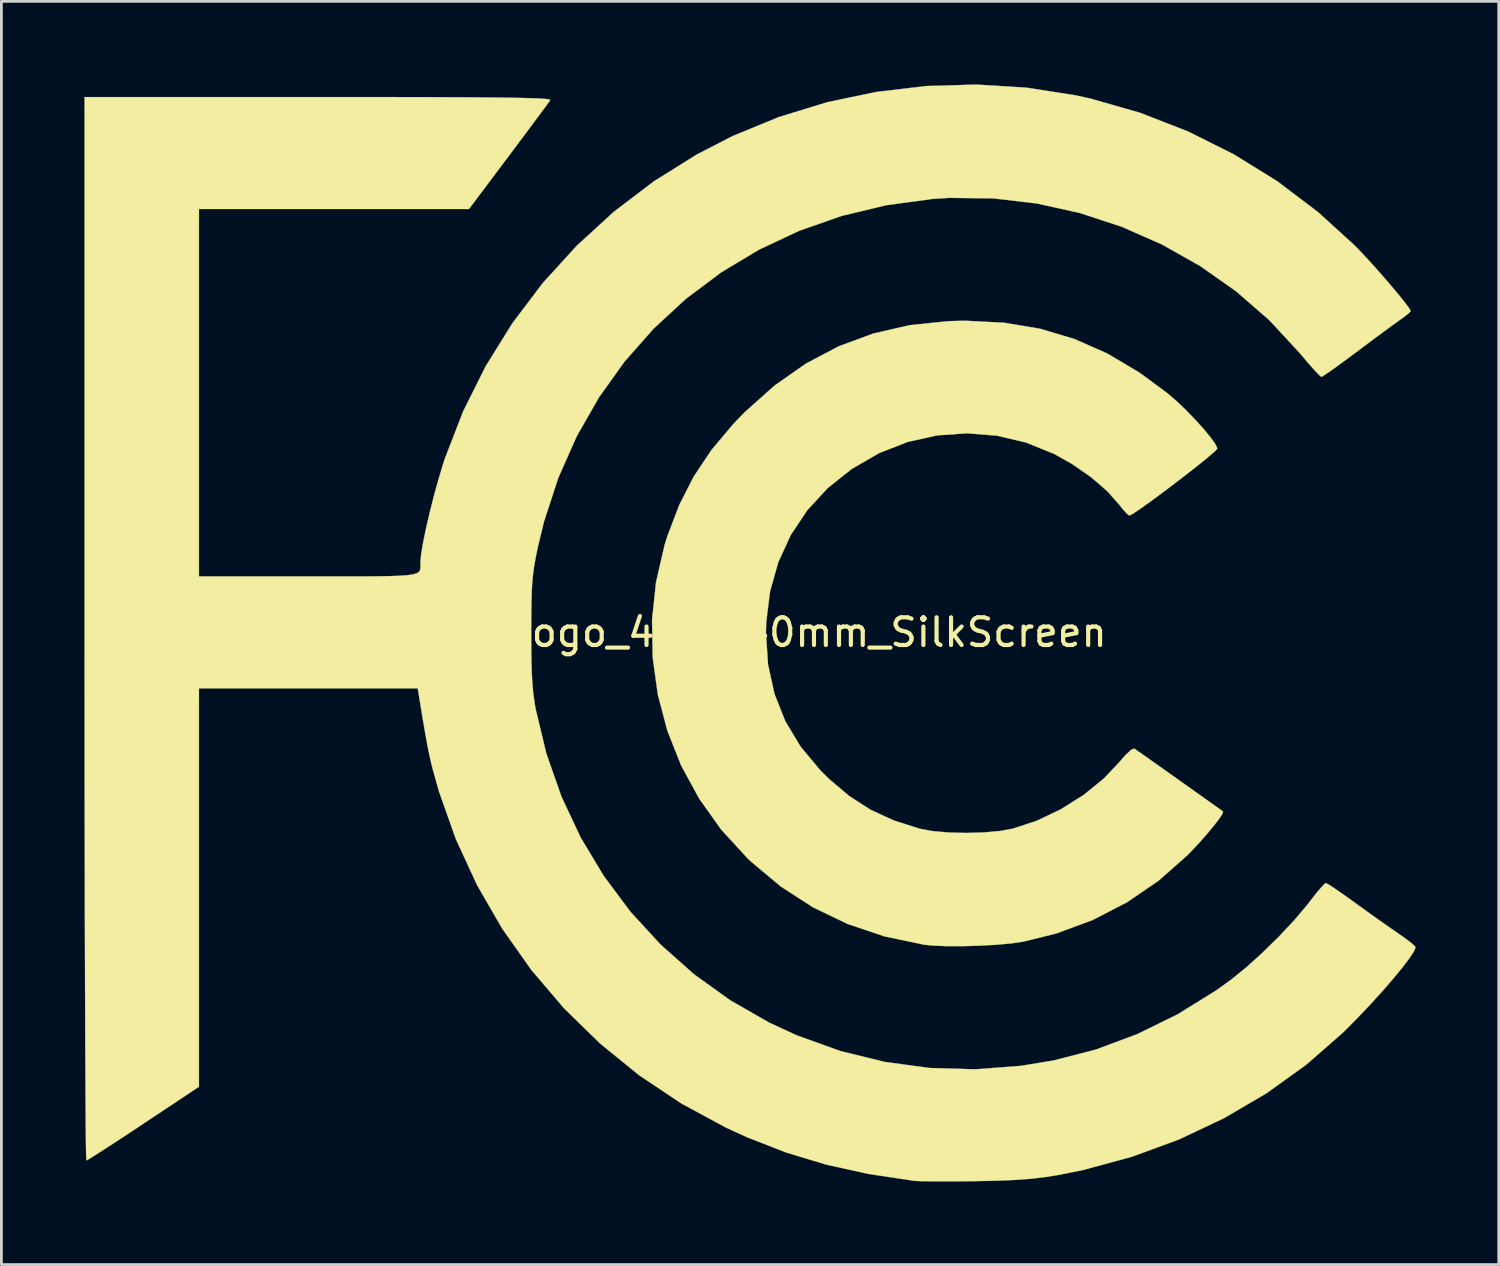
<source format=kicad_pcb>
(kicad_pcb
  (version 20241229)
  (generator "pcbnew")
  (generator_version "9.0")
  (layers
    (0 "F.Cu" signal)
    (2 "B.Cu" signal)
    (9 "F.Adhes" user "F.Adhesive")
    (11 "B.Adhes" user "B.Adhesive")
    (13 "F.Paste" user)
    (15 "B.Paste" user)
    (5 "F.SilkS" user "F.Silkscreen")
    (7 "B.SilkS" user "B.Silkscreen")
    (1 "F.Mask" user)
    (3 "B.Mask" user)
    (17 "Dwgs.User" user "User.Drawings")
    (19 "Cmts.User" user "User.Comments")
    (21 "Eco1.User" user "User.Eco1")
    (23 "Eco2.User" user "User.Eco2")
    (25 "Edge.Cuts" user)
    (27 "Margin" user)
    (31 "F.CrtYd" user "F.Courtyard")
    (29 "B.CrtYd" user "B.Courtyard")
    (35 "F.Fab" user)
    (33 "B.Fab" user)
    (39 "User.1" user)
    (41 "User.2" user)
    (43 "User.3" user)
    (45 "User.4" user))
  (footprint "FCC-Logo_48.3x40mm_SilkScreen"
    (layer "F.Cu")
    (at 24.087 19.791)
    (property "Reference" "FCC-Logo_48.3x40mm_SilkScreen" (at 0 0 0) (layer "F.SilkS") (effects (font (size 1 1) (thickness 0.15))))
    (attr exclude_from_pos_files exclude_from_bom)
    (fp_poly (pts (xy 9.118 -11.185) (xy 10.421 -10.969) (xy 11.661 -10.6) (xy 12.855 -10.074) (xy 14.019 -9.383) (xy 15.046 -8.625) (xy 15.359 -8.354) (xy 15.695 -8.033) (xy 16.027 -7.69) (xy 16.332 -7.353) (xy 16.583 -7.049) (xy 16.758 -6.805) (xy 16.83 -6.651) (xy 16.831 -6.641) (xy 16.764 -6.561) (xy 16.579 -6.398) (xy 16.301 -6.168) (xy 15.954 -5.892) (xy 15.563 -5.588) (xy 15.153 -5.275) (xy 14.748 -4.971) (xy 14.372 -4.695) (xy 14.052 -4.466) (xy 13.81 -4.303) (xy 13.672 -4.225) (xy 13.654 -4.221) (xy 13.563 -4.287) (xy 13.413 -4.454) (xy 13.315 -4.581) (xy 12.863 -5.094) (xy 12.275 -5.604) (xy 11.59 -6.079) (xy 10.932 -6.449) (xy 9.926 -6.857) (xy 8.872 -7.105) (xy 7.793 -7.191) (xy 6.71 -7.116) (xy 5.648 -6.879) (xy 4.627 -6.481) (xy 4.618 -6.477) (xy 3.624 -5.902) (xy 2.756 -5.211) (xy 2.02 -4.411) (xy 1.423 -3.516) (xy 0.973 -2.534) (xy 0.675 -1.478) (xy 0.537 -0.357) (xy 0.528 0.027) (xy 0.604 1.165) (xy 0.837 2.224) (xy 1.228 3.21) (xy 1.781 4.13) (xy 2.499 4.99) (xy 2.792 5.281) (xy 3.536 5.911) (xy 4.306 6.407) (xy 5.15 6.795) (xy 6.075 7.09) (xy 6.541 7.177) (xy 7.123 7.228) (xy 7.763 7.244) (xy 8.406 7.225) (xy 8.995 7.171) (xy 9.439 7.091) (xy 10.314 6.803) (xy 11.184 6.387) (xy 12.005 5.869) (xy 12.735 5.276) (xy 13.281 4.698) (xy 13.527 4.417) (xy 13.717 4.244) (xy 13.83 4.197) (xy 13.837 4.2) (xy 13.927 4.262) (xy 14.135 4.408) (xy 14.434 4.619) (xy 14.799 4.877) (xy 15.205 5.165) (xy 15.624 5.463) (xy 16.033 5.753) (xy 16.404 6.017) (xy 16.713 6.237) (xy 16.933 6.394) (xy 17.038 6.47) (xy 17.041 6.473) (xy 17.016 6.556) (xy 16.892 6.741) (xy 16.693 6.998) (xy 16.441 7.301) (xy 16.157 7.622) (xy 15.865 7.933) (xy 15.767 8.034) (xy 14.72 8.96) (xy 13.57 9.747) (xy 12.33 10.388) (xy 11.009 10.877) (xy 9.822 11.17) (xy 9.396 11.233) (xy 8.856 11.281) (xy 8.253 11.315) (xy 7.635 11.333) (xy 7.052 11.332) (xy 6.553 11.312) (xy 6.24 11.28) (xy 4.812 10.98) (xy 3.476 10.531) (xy 2.228 9.931) (xy 1.064 9.178) (xy -0.023 8.269) (xy -0.145 8.152) (xy -1.087 7.122) (xy -1.886 6.001) (xy -2.536 4.805) (xy -3.035 3.547) (xy -3.378 2.242) (xy -3.563 0.904) (xy -3.586 -0.452) (xy -3.442 -1.814) (xy -3.13 -3.165) (xy -3.035 -3.469) (xy -2.603 -4.603) (xy -2.078 -5.632) (xy -1.436 -6.593) (xy -0.654 -7.523) (xy -0.231 -7.96) (xy 0.841 -8.917) (xy 1.968 -9.707) (xy 3.155 -10.332) (xy 4.407 -10.795) (xy 5.728 -11.098) (xy 7.124 -11.242) (xy 7.734 -11.256) (xy 9.118 -11.185)) (stroke (width 0.01) (type solid)) (fill yes) (layer "F.SilkS"))
    (fp_poly (pts (xy 9.942 -19.674) (xy 11.72 -19.396) (xy 12.261 -19.277) (xy 14.047 -18.765) (xy 15.774 -18.092) (xy 17.428 -17.266) (xy 18.998 -16.293) (xy 20.47 -15.18) (xy 21.794 -13.973) (xy 22.076 -13.681) (xy 22.392 -13.338) (xy 22.722 -12.969) (xy 23.043 -12.599) (xy 23.334 -12.253) (xy 23.574 -11.957) (xy 23.741 -11.735) (xy 23.815 -11.612) (xy 23.816 -11.602) (xy 23.749 -11.531) (xy 23.58 -11.397) (xy 23.443 -11.299) (xy 23.246 -11.158) (xy 22.942 -10.936) (xy 22.564 -10.657) (xy 22.144 -10.344) (xy 21.865 -10.134) (xy 21.465 -9.837) (xy 21.114 -9.581) (xy 20.834 -9.383) (xy 20.651 -9.261) (xy 20.59 -9.228) (xy 20.512 -9.292) (xy 20.345 -9.467) (xy 20.114 -9.728) (xy 19.841 -10.049) (xy 19.788 -10.112) (xy 18.713 -11.272) (xy 17.519 -12.312) (xy 16.222 -13.226) (xy 14.837 -14.008) (xy 13.381 -14.65) (xy 11.869 -15.147) (xy 10.318 -15.491) (xy 8.743 -15.676) (xy 7.16 -15.695) (xy 6.543 -15.656) (xy 4.871 -15.429) (xy 3.263 -15.043) (xy 1.728 -14.505) (xy 0.273 -13.822) (xy -1.093 -13.001) (xy -2.362 -12.049) (xy -3.527 -10.974) (xy -4.578 -9.783) (xy -5.508 -8.482) (xy -6.309 -7.079) (xy -6.972 -5.582) (xy -7.49 -3.997) (xy -7.711 -3.081) (xy -7.791 -2.694) (xy -7.85 -2.356) (xy -7.892 -2.03) (xy -7.921 -1.679) (xy -7.938 -1.265) (xy -7.947 -0.754) (xy -7.95 -0.106) (xy -7.95 -0.044) (xy -7.948 0.684) (xy -7.937 1.271) (xy -7.915 1.751) (xy -7.881 2.159) (xy -7.831 2.53) (xy -7.79 2.769) (xy -7.402 4.383) (xy -6.858 5.932) (xy -6.166 7.406) (xy -5.333 8.794) (xy -4.369 10.087) (xy -3.28 11.273) (xy -2.076 12.344) (xy -0.764 13.288) (xy 0.648 14.096) (xy 1.64 14.554) (xy 3.213 15.12) (xy 4.816 15.514) (xy 6.445 15.734) (xy 8.093 15.781) (xy 9.755 15.654) (xy 10.913 15.463) (xy 12.438 15.07) (xy 13.94 14.51) (xy 15.396 13.796) (xy 16.784 12.936) (xy 17.343 12.533) (xy 17.887 12.091) (xy 18.477 11.556) (xy 19.069 10.974) (xy 19.618 10.388) (xy 20.077 9.844) (xy 20.175 9.717) (xy 20.399 9.43) (xy 20.588 9.205) (xy 20.716 9.073) (xy 20.75 9.053) (xy 20.844 9.102) (xy 21.052 9.237) (xy 21.346 9.439) (xy 21.697 9.689) (xy 21.819 9.778) (xy 22.245 10.086) (xy 22.681 10.397) (xy 23.078 10.676) (xy 23.386 10.888) (xy 23.401 10.898) (xy 23.675 11.092) (xy 23.881 11.255) (xy 23.985 11.359) (xy 23.991 11.374) (xy 23.935 11.519) (xy 23.771 11.768) (xy 23.518 12.101) (xy 23.192 12.498) (xy 22.811 12.938) (xy 22.391 13.402) (xy 21.951 13.868) (xy 21.506 14.318) (xy 21.347 14.474) (xy 20.035 15.621) (xy 18.602 16.649) (xy 17.065 17.55) (xy 15.438 18.318) (xy 13.737 18.943) (xy 11.979 19.419) (xy 11.074 19.6) (xy 10.597 19.676) (xy 10.118 19.732) (xy 9.597 19.773) (xy 8.991 19.8) (xy 8.26 19.817) (xy 8.086 19.82) (xy 7.507 19.826) (xy 6.97 19.828) (xy 6.507 19.826) (xy 6.147 19.821) (xy 5.924 19.812) (xy 5.889 19.809) (xy 4.241 19.562) (xy 2.712 19.225) (xy 1.261 18.787) (xy -0.15 18.237) (xy -0.923 17.883) (xy -2.537 17.009) (xy -4.054 15.994) (xy -5.466 14.846) (xy -6.765 13.577) (xy -7.943 12.194) (xy -8.992 10.709) (xy -9.904 9.131) (xy -10.671 7.469) (xy -11.286 5.733) (xy -11.512 4.922) (xy -11.577 4.659) (xy -11.638 4.387) (xy -11.701 4.074) (xy -11.771 3.69) (xy -11.854 3.205) (xy -11.956 2.588) (xy -12.002 2.307) (xy -12.049 2.021) (xy -19.951 2.021) (xy -19.951 16.409) (xy -21.952 17.74) (xy -22.48 18.09) (xy -22.96 18.405) (xy -23.373 18.673) (xy -23.7 18.882) (xy -23.921 19.019) (xy -24.016 19.072) (xy -24.018 19.072) (xy -24.024 18.985) (xy -24.03 18.731) (xy -24.035 18.317) (xy -24.041 17.751) (xy -24.046 17.041) (xy -24.051 16.195) (xy -24.056 15.22) (xy -24.06 14.126) (xy -24.064 12.92) (xy -24.068 11.61) (xy -24.072 10.203) (xy -24.074 8.708) (xy -24.077 7.133) (xy -24.079 5.486) (xy -24.08 3.775) (xy -24.081 2.007) (xy -24.082 0.19) (xy -24.082 -0.132) (xy -24.082 -19.336) (xy -15.639 -19.336) (xy -14.185 -19.335) (xy -12.898 -19.334) (xy -11.769 -19.332) (xy -10.789 -19.328) (xy -9.951 -19.324) (xy -9.244 -19.318) (xy -8.661 -19.31) (xy -8.193 -19.301) (xy -7.83 -19.29) (xy -7.564 -19.278) (xy -7.387 -19.263) (xy -7.289 -19.247) (xy -7.262 -19.228) (xy -7.263 -19.226) (xy -7.331 -19.129) (xy -7.491 -18.911) (xy -7.728 -18.591) (xy -8.027 -18.189) (xy -8.374 -17.724) (xy -8.754 -17.216) (xy -8.763 -17.204) (xy -10.198 -15.293) (xy -19.951 -15.293) (xy -19.951 -2.021) (xy -16.005 -2.021) (xy -15.055 -2.021) (xy -14.266 -2.021) (xy -13.623 -2.024) (xy -13.111 -2.031) (xy -12.715 -2.044) (xy -12.421 -2.065) (xy -12.213 -2.096) (xy -12.077 -2.139) (xy -11.998 -2.195) (xy -11.96 -2.266) (xy -11.95 -2.355) (xy -11.952 -2.462) (xy -11.953 -2.523) (xy -11.928 -2.808) (xy -11.859 -3.225) (xy -11.753 -3.74) (xy -11.619 -4.319) (xy -11.466 -4.926) (xy -11.3 -5.526) (xy -11.132 -6.085) (xy -11.072 -6.269) (xy -10.411 -7.978) (xy -9.596 -9.611) (xy -8.636 -11.158) (xy -7.539 -12.61) (xy -6.315 -13.956) (xy -4.972 -15.187) (xy -3.518 -16.293) (xy -1.963 -17.264) (xy -0.673 -17.928) (xy 0.999 -18.615) (xy 2.734 -19.147) (xy 4.514 -19.52) (xy 6.321 -19.734) (xy 8.136 -19.786) (xy 9.942 -19.674)) (stroke (width 0.01) (type solid)) (fill yes) (layer "F.SilkS")))
  (gr_rect
    (start -3 -3)
    (end 51.083 42.624)
    (stroke (width 0.1) (type default))
    (fill no)
    (layer "Edge.Cuts")))
</source>
